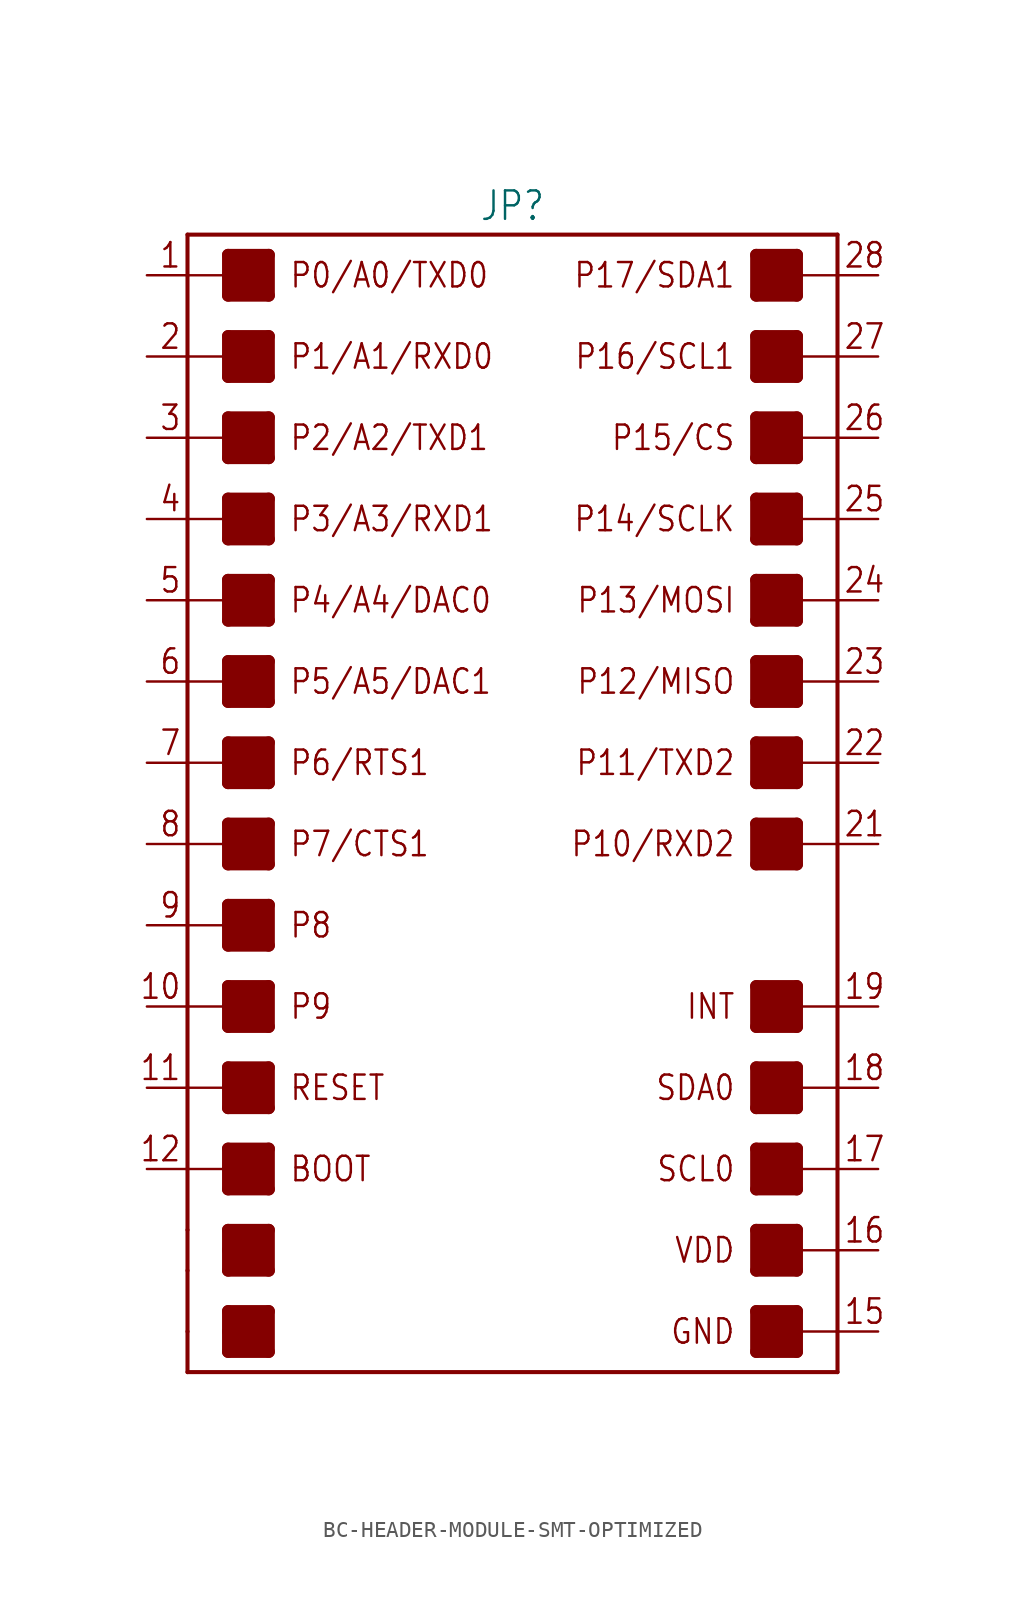
<source format=kicad_sym>
(kicad_symbol_lib
  (version 20231120)
  (generator "kicad_symbol_editor")
  (generator_version "8.0")
  (symbol "BC-HEADER-MODULE-SMT-OPTIMIZED"
    (property "Reference" "JP"
      (at 0 36.322 0)
      (effects (font (size 1.778 1.511)) (justify bottom)))
    (property "Value" ""
      (at 0 -36.322 0)
      (effects (font (size 1.778 1.511)) (justify top)))
    (property "ki_locked" ""
      (at 0 0 0)
      (effects (font (size 1.27 1.27))))
    (symbol "BC-HEADER-MODULE-SMT-OPTIMIZED_1_0"
      (rectangle (start -17.78 -34.29) (end -15.24 -31.75) (stroke (width 0) (type default)) (fill (type outline)))
      (rectangle (start -17.78 -29.21) (end -15.24 -26.67) (stroke (width 0) (type default)) (fill (type outline)))
      (rectangle (start -17.78 -24.13) (end -15.24 -21.59) (stroke (width 0) (type default)) (fill (type outline)))
      (rectangle (start -17.78 -19.05) (end -15.24 -16.51) (stroke (width 0) (type default)) (fill (type outline)))
      (rectangle (start -17.78 -13.97) (end -15.24 -11.43) (stroke (width 0) (type default)) (fill (type outline)))
      (rectangle (start -17.78 -8.89) (end -15.24 -6.35) (stroke (width 0) (type default)) (fill (type outline)))
      (rectangle (start -17.78 -3.81) (end -15.24 -1.27) (stroke (width 0) (type default)) (fill (type outline)))
      (rectangle (start -17.78 1.27) (end -15.24 3.81) (stroke (width 0) (type default)) (fill (type outline)))
      (rectangle (start -17.78 6.35) (end -15.24 8.89) (stroke (width 0) (type default)) (fill (type outline)))
      (rectangle (start -17.78 11.43) (end -15.24 13.97) (stroke (width 0) (type default)) (fill (type outline)))
      (rectangle (start -17.78 16.51) (end -15.24 19.05) (stroke (width 0) (type default)) (fill (type outline)))
      (rectangle (start -17.78 21.59) (end -15.24 24.13) (stroke (width 0) (type default)) (fill (type outline)))
      (rectangle (start -17.78 26.67) (end -15.24 29.21) (stroke (width 0) (type default)) (fill (type outline)))
      (rectangle (start -17.78 31.75) (end -15.24 34.29) (stroke (width 0) (type default)) (fill (type outline)))
      (polyline (pts (xy -20.32 -33.02) (xy -20.32 -35.56)) (stroke (width 0.254) (type solid)) (fill (type none)))
      (polyline (pts (xy -20.32 -29.21) (xy -20.32 -33.02)) (stroke (width 0.254) (type solid)) (fill (type none)))
      (polyline (pts (xy -20.32 -26.67) (xy -20.32 -29.21)) (stroke (width 0.254) (type solid)) (fill (type none)))
      (polyline (pts (xy -20.32 -22.86) (xy -20.32 -26.67)) (stroke (width 0.254) (type solid)) (fill (type none)))
      (polyline (pts (xy -20.32 -22.86) (xy -17.78 -22.86)) (stroke (width 0.152) (type solid)) (fill (type none)))
      (polyline (pts (xy -20.32 -17.78) (xy -20.32 -22.86)) (stroke (width 0.254) (type solid)) (fill (type none)))
      (polyline (pts (xy -20.32 -17.78) (xy -17.78 -17.78)) (stroke (width 0.152) (type solid)) (fill (type none)))
      (polyline (pts (xy -20.32 -12.7) (xy -20.32 -17.78)) (stroke (width 0.254) (type solid)) (fill (type none)))
      (polyline (pts (xy -20.32 -12.7) (xy -17.78 -12.7)) (stroke (width 0.152) (type solid)) (fill (type none)))
      (polyline (pts (xy -20.32 -7.62) (xy -20.32 -12.7)) (stroke (width 0.254) (type solid)) (fill (type none)))
      (polyline (pts (xy -20.32 -7.62) (xy -17.78 -7.62)) (stroke (width 0.152) (type solid)) (fill (type none)))
      (polyline (pts (xy -20.32 -2.54) (xy -20.32 -7.62)) (stroke (width 0.254) (type solid)) (fill (type none)))
      (polyline (pts (xy -20.32 -2.54) (xy -17.78 -2.54)) (stroke (width 0.152) (type solid)) (fill (type none)))
      (polyline (pts (xy -20.32 2.54) (xy -20.32 -2.54)) (stroke (width 0.254) (type solid)) (fill (type none)))
      (polyline (pts (xy -20.32 2.54) (xy -17.78 2.54)) (stroke (width 0.152) (type solid)) (fill (type none)))
      (polyline (pts (xy -20.32 7.62) (xy -20.32 2.54)) (stroke (width 0.254) (type solid)) (fill (type none)))
      (polyline (pts (xy -20.32 7.62) (xy -17.78 7.62)) (stroke (width 0.152) (type solid)) (fill (type none)))
      (polyline (pts (xy -20.32 12.7) (xy -20.32 7.62)) (stroke (width 0.254) (type solid)) (fill (type none)))
      (polyline (pts (xy -20.32 12.7) (xy -17.78 12.7)) (stroke (width 0.152) (type solid)) (fill (type none)))
      (polyline (pts (xy -20.32 17.78) (xy -20.32 12.7)) (stroke (width 0.254) (type solid)) (fill (type none)))
      (polyline (pts (xy -20.32 17.78) (xy -17.78 17.78)) (stroke (width 0.152) (type solid)) (fill (type none)))
      (polyline (pts (xy -20.32 22.86) (xy -20.32 17.78)) (stroke (width 0.254) (type solid)) (fill (type none)))
      (polyline (pts (xy -20.32 22.86) (xy -17.78 22.86)) (stroke (width 0.152) (type solid)) (fill (type none)))
      (polyline (pts (xy -20.32 27.94) (xy -20.32 22.86)) (stroke (width 0.254) (type solid)) (fill (type none)))
      (polyline (pts (xy -20.32 27.94) (xy -17.78 27.94)) (stroke (width 0.152) (type solid)) (fill (type none)))
      (polyline (pts (xy -20.32 33.02) (xy -20.32 27.94)) (stroke (width 0.254) (type solid)) (fill (type none)))
      (polyline (pts (xy -20.32 33.02) (xy -17.78 33.02)) (stroke (width 0.152) (type solid)) (fill (type none)))
      (polyline (pts (xy -20.32 35.56) (xy -20.32 33.02)) (stroke (width 0.254) (type solid)) (fill (type none)))
      (polyline (pts (xy -20.32 35.56) (xy 20.32 35.56)) (stroke (width 0.254) (type solid)) (fill (type none)))
      (polyline (pts (xy -17.78 -34.29) (xy -15.24 -34.29)) (stroke (width 0.762) (type solid)) (fill (type none)))
      (polyline (pts (xy -17.78 -33.02) (xy -17.78 -34.29)) (stroke (width 0.762) (type solid)) (fill (type none)))
      (polyline (pts (xy -17.78 -31.75) (xy -17.78 -33.02)) (stroke (width 0.762) (type solid)) (fill (type none)))
      (polyline (pts (xy -17.78 -31.75) (xy -15.24 -31.75)) (stroke (width 0.762) (type solid)) (fill (type none)))
      (polyline (pts (xy -17.78 -29.21) (xy -15.24 -29.21)) (stroke (width 0.762) (type solid)) (fill (type none)))
      (polyline (pts (xy -17.78 -27.94) (xy -17.78 -29.21)) (stroke (width 0.762) (type solid)) (fill (type none)))
      (polyline (pts (xy -17.78 -26.67) (xy -17.78 -27.94)) (stroke (width 0.762) (type solid)) (fill (type none)))
      (polyline (pts (xy -17.78 -26.67) (xy -15.24 -26.67)) (stroke (width 0.762) (type solid)) (fill (type none)))
      (polyline (pts (xy -17.78 -24.13) (xy -15.24 -24.13)) (stroke (width 0.762) (type solid)) (fill (type none)))
      (polyline (pts (xy -17.78 -22.86) (xy -17.78 -24.13)) (stroke (width 0.762) (type solid)) (fill (type none)))
      (polyline (pts (xy -17.78 -21.59) (xy -17.78 -22.86)) (stroke (width 0.762) (type solid)) (fill (type none)))
      (polyline (pts (xy -17.78 -21.59) (xy -15.24 -21.59)) (stroke (width 0.762) (type solid)) (fill (type none)))
      (polyline (pts (xy -17.78 -19.05) (xy -15.24 -19.05)) (stroke (width 0.762) (type solid)) (fill (type none)))
      (polyline (pts (xy -17.78 -17.78) (xy -17.78 -19.05)) (stroke (width 0.762) (type solid)) (fill (type none)))
      (polyline (pts (xy -17.78 -16.51) (xy -17.78 -17.78)) (stroke (width 0.762) (type solid)) (fill (type none)))
      (polyline (pts (xy -17.78 -16.51) (xy -15.24 -16.51)) (stroke (width 0.762) (type solid)) (fill (type none)))
      (polyline (pts (xy -17.78 -13.97) (xy -15.24 -13.97)) (stroke (width 0.762) (type solid)) (fill (type none)))
      (polyline (pts (xy -17.78 -12.7) (xy -17.78 -13.97)) (stroke (width 0.762) (type solid)) (fill (type none)))
      (polyline (pts (xy -17.78 -11.43) (xy -17.78 -12.7)) (stroke (width 0.762) (type solid)) (fill (type none)))
      (polyline (pts (xy -17.78 -11.43) (xy -15.24 -11.43)) (stroke (width 0.762) (type solid)) (fill (type none)))
      (polyline (pts (xy -17.78 -8.89) (xy -15.24 -8.89)) (stroke (width 0.762) (type solid)) (fill (type none)))
      (polyline (pts (xy -17.78 -7.62) (xy -17.78 -8.89)) (stroke (width 0.762) (type solid)) (fill (type none)))
      (polyline (pts (xy -17.78 -6.35) (xy -17.78 -7.62)) (stroke (width 0.762) (type solid)) (fill (type none)))
      (polyline (pts (xy -17.78 -6.35) (xy -15.24 -6.35)) (stroke (width 0.762) (type solid)) (fill (type none)))
      (polyline (pts (xy -17.78 -3.81) (xy -15.24 -3.81)) (stroke (width 0.762) (type solid)) (fill (type none)))
      (polyline (pts (xy -17.78 -2.54) (xy -17.78 -3.81)) (stroke (width 0.762) (type solid)) (fill (type none)))
      (polyline (pts (xy -17.78 -1.27) (xy -17.78 -2.54)) (stroke (width 0.762) (type solid)) (fill (type none)))
      (polyline (pts (xy -17.78 -1.27) (xy -15.24 -1.27)) (stroke (width 0.762) (type solid)) (fill (type none)))
      (polyline (pts (xy -17.78 1.27) (xy -15.24 1.27)) (stroke (width 0.762) (type solid)) (fill (type none)))
      (polyline (pts (xy -17.78 2.54) (xy -17.78 1.27)) (stroke (width 0.762) (type solid)) (fill (type none)))
      (polyline (pts (xy -17.78 3.81) (xy -17.78 2.54)) (stroke (width 0.762) (type solid)) (fill (type none)))
      (polyline (pts (xy -17.78 3.81) (xy -15.24 3.81)) (stroke (width 0.762) (type solid)) (fill (type none)))
      (polyline (pts (xy -17.78 6.35) (xy -15.24 6.35)) (stroke (width 0.762) (type solid)) (fill (type none)))
      (polyline (pts (xy -17.78 7.62) (xy -17.78 6.35)) (stroke (width 0.762) (type solid)) (fill (type none)))
      (polyline (pts (xy -17.78 8.89) (xy -17.78 7.62)) (stroke (width 0.762) (type solid)) (fill (type none)))
      (polyline (pts (xy -17.78 8.89) (xy -15.24 8.89)) (stroke (width 0.762) (type solid)) (fill (type none)))
      (polyline (pts (xy -17.78 11.43) (xy -15.24 11.43)) (stroke (width 0.762) (type solid)) (fill (type none)))
      (polyline (pts (xy -17.78 12.7) (xy -17.78 11.43)) (stroke (width 0.762) (type solid)) (fill (type none)))
      (polyline (pts (xy -17.78 13.97) (xy -17.78 12.7)) (stroke (width 0.762) (type solid)) (fill (type none)))
      (polyline (pts (xy -17.78 13.97) (xy -15.24 13.97)) (stroke (width 0.762) (type solid)) (fill (type none)))
      (polyline (pts (xy -17.78 16.51) (xy -15.24 16.51)) (stroke (width 0.762) (type solid)) (fill (type none)))
      (polyline (pts (xy -17.78 17.78) (xy -17.78 16.51)) (stroke (width 0.762) (type solid)) (fill (type none)))
      (polyline (pts (xy -17.78 19.05) (xy -17.78 17.78)) (stroke (width 0.762) (type solid)) (fill (type none)))
      (polyline (pts (xy -17.78 19.05) (xy -15.24 19.05)) (stroke (width 0.762) (type solid)) (fill (type none)))
      (polyline (pts (xy -17.78 21.59) (xy -15.24 21.59)) (stroke (width 0.762) (type solid)) (fill (type none)))
      (polyline (pts (xy -17.78 22.86) (xy -17.78 21.59)) (stroke (width 0.762) (type solid)) (fill (type none)))
      (polyline (pts (xy -17.78 24.13) (xy -17.78 22.86)) (stroke (width 0.762) (type solid)) (fill (type none)))
      (polyline (pts (xy -17.78 24.13) (xy -15.24 24.13)) (stroke (width 0.762) (type solid)) (fill (type none)))
      (polyline (pts (xy -17.78 26.67) (xy -15.24 26.67)) (stroke (width 0.762) (type solid)) (fill (type none)))
      (polyline (pts (xy -17.78 27.94) (xy -17.78 26.67)) (stroke (width 0.762) (type solid)) (fill (type none)))
      (polyline (pts (xy -17.78 29.21) (xy -17.78 27.94)) (stroke (width 0.762) (type solid)) (fill (type none)))
      (polyline (pts (xy -17.78 29.21) (xy -15.24 29.21)) (stroke (width 0.762) (type solid)) (fill (type none)))
      (polyline (pts (xy -17.78 31.75) (xy -15.24 31.75)) (stroke (width 0.762) (type solid)) (fill (type none)))
      (polyline (pts (xy -17.78 33.02) (xy -17.78 31.75)) (stroke (width 0.762) (type solid)) (fill (type none)))
      (polyline (pts (xy -17.78 34.29) (xy -17.78 33.02)) (stroke (width 0.762) (type solid)) (fill (type none)))
      (polyline (pts (xy -17.78 34.29) (xy -15.24 34.29)) (stroke (width 0.762) (type solid)) (fill (type none)))
      (polyline (pts (xy -15.24 -34.29) (xy -15.24 -31.75)) (stroke (width 0.762) (type solid)) (fill (type none)))
      (polyline (pts (xy -15.24 -29.21) (xy -15.24 -26.67)) (stroke (width 0.762) (type solid)) (fill (type none)))
      (polyline (pts (xy -15.24 -24.13) (xy -15.24 -21.59)) (stroke (width 0.762) (type solid)) (fill (type none)))
      (polyline (pts (xy -15.24 -19.05) (xy -15.24 -16.51)) (stroke (width 0.762) (type solid)) (fill (type none)))
      (polyline (pts (xy -15.24 -13.97) (xy -15.24 -11.43)) (stroke (width 0.762) (type solid)) (fill (type none)))
      (polyline (pts (xy -15.24 -8.89) (xy -15.24 -6.35)) (stroke (width 0.762) (type solid)) (fill (type none)))
      (polyline (pts (xy -15.24 -3.81) (xy -15.24 -1.27)) (stroke (width 0.762) (type solid)) (fill (type none)))
      (polyline (pts (xy -15.24 1.27) (xy -15.24 3.81)) (stroke (width 0.762) (type solid)) (fill (type none)))
      (polyline (pts (xy -15.24 6.35) (xy -15.24 8.89)) (stroke (width 0.762) (type solid)) (fill (type none)))
      (polyline (pts (xy -15.24 11.43) (xy -15.24 13.97)) (stroke (width 0.762) (type solid)) (fill (type none)))
      (polyline (pts (xy -15.24 16.51) (xy -15.24 19.05)) (stroke (width 0.762) (type solid)) (fill (type none)))
      (polyline (pts (xy -15.24 21.59) (xy -15.24 24.13)) (stroke (width 0.762) (type solid)) (fill (type none)))
      (polyline (pts (xy -15.24 26.67) (xy -15.24 29.21)) (stroke (width 0.762) (type solid)) (fill (type none)))
      (polyline (pts (xy -15.24 31.75) (xy -15.24 34.29)) (stroke (width 0.762) (type solid)) (fill (type none)))
      (polyline (pts (xy 15.24 -34.29) (xy 17.78 -34.29)) (stroke (width 0.762) (type solid)) (fill (type none)))
      (polyline (pts (xy 15.24 -31.75) (xy 15.24 -34.29)) (stroke (width 0.762) (type solid)) (fill (type none)))
      (polyline (pts (xy 15.24 -31.75) (xy 17.78 -31.75)) (stroke (width 0.762) (type solid)) (fill (type none)))
      (polyline (pts (xy 15.24 -29.21) (xy 17.78 -29.21)) (stroke (width 0.762) (type solid)) (fill (type none)))
      (polyline (pts (xy 15.24 -26.67) (xy 15.24 -29.21)) (stroke (width 0.762) (type solid)) (fill (type none)))
      (polyline (pts (xy 15.24 -26.67) (xy 17.78 -26.67)) (stroke (width 0.762) (type solid)) (fill (type none)))
      (polyline (pts (xy 15.24 -24.13) (xy 17.78 -24.13)) (stroke (width 0.762) (type solid)) (fill (type none)))
      (polyline (pts (xy 15.24 -21.59) (xy 15.24 -24.13)) (stroke (width 0.762) (type solid)) (fill (type none)))
      (polyline (pts (xy 15.24 -21.59) (xy 17.78 -21.59)) (stroke (width 0.762) (type solid)) (fill (type none)))
      (polyline (pts (xy 15.24 -19.05) (xy 17.78 -19.05)) (stroke (width 0.762) (type solid)) (fill (type none)))
      (polyline (pts (xy 15.24 -16.51) (xy 15.24 -19.05)) (stroke (width 0.762) (type solid)) (fill (type none)))
      (polyline (pts (xy 15.24 -16.51) (xy 17.78 -16.51)) (stroke (width 0.762) (type solid)) (fill (type none)))
      (polyline (pts (xy 15.24 -13.97) (xy 17.78 -13.97)) (stroke (width 0.762) (type solid)) (fill (type none)))
      (polyline (pts (xy 15.24 -11.43) (xy 15.24 -13.97)) (stroke (width 0.762) (type solid)) (fill (type none)))
      (polyline (pts (xy 15.24 -11.43) (xy 17.78 -11.43)) (stroke (width 0.762) (type solid)) (fill (type none)))
      (polyline (pts (xy 15.24 -3.81) (xy 17.78 -3.81)) (stroke (width 0.762) (type solid)) (fill (type none)))
      (polyline (pts (xy 15.24 -1.27) (xy 15.24 -3.81)) (stroke (width 0.762) (type solid)) (fill (type none)))
      (polyline (pts (xy 15.24 -1.27) (xy 17.78 -1.27)) (stroke (width 0.762) (type solid)) (fill (type none)))
      (polyline (pts (xy 15.24 1.27) (xy 17.78 1.27)) (stroke (width 0.762) (type solid)) (fill (type none)))
      (polyline (pts (xy 15.24 3.81) (xy 15.24 1.27)) (stroke (width 0.762) (type solid)) (fill (type none)))
      (polyline (pts (xy 15.24 3.81) (xy 17.78 3.81)) (stroke (width 0.762) (type solid)) (fill (type none)))
      (polyline (pts (xy 15.24 6.35) (xy 17.78 6.35)) (stroke (width 0.762) (type solid)) (fill (type none)))
      (polyline (pts (xy 15.24 8.89) (xy 15.24 6.35)) (stroke (width 0.762) (type solid)) (fill (type none)))
      (polyline (pts (xy 15.24 8.89) (xy 17.78 8.89)) (stroke (width 0.762) (type solid)) (fill (type none)))
      (polyline (pts (xy 15.24 11.43) (xy 17.78 11.43)) (stroke (width 0.762) (type solid)) (fill (type none)))
      (polyline (pts (xy 15.24 13.97) (xy 15.24 11.43)) (stroke (width 0.762) (type solid)) (fill (type none)))
      (polyline (pts (xy 15.24 13.97) (xy 17.78 13.97)) (stroke (width 0.762) (type solid)) (fill (type none)))
      (polyline (pts (xy 15.24 16.51) (xy 17.78 16.51)) (stroke (width 0.762) (type solid)) (fill (type none)))
      (polyline (pts (xy 15.24 19.05) (xy 15.24 16.51)) (stroke (width 0.762) (type solid)) (fill (type none)))
      (polyline (pts (xy 15.24 19.05) (xy 17.78 19.05)) (stroke (width 0.762) (type solid)) (fill (type none)))
      (polyline (pts (xy 15.24 21.59) (xy 17.78 21.59)) (stroke (width 0.762) (type solid)) (fill (type none)))
      (polyline (pts (xy 15.24 24.13) (xy 15.24 21.59)) (stroke (width 0.762) (type solid)) (fill (type none)))
      (polyline (pts (xy 15.24 24.13) (xy 17.78 24.13)) (stroke (width 0.762) (type solid)) (fill (type none)))
      (polyline (pts (xy 15.24 26.67) (xy 17.78 26.67)) (stroke (width 0.762) (type solid)) (fill (type none)))
      (polyline (pts (xy 15.24 29.21) (xy 15.24 26.67)) (stroke (width 0.762) (type solid)) (fill (type none)))
      (polyline (pts (xy 15.24 29.21) (xy 17.78 29.21)) (stroke (width 0.762) (type solid)) (fill (type none)))
      (polyline (pts (xy 15.24 31.75) (xy 17.78 31.75)) (stroke (width 0.762) (type solid)) (fill (type none)))
      (polyline (pts (xy 15.24 34.29) (xy 15.24 31.75)) (stroke (width 0.762) (type solid)) (fill (type none)))
      (polyline (pts (xy 15.24 34.29) (xy 17.78 34.29)) (stroke (width 0.762) (type solid)) (fill (type none)))
      (polyline (pts (xy 17.78 -34.29) (xy 17.78 -33.02)) (stroke (width 0.762) (type solid)) (fill (type none)))
      (polyline (pts (xy 17.78 -33.02) (xy 17.78 -31.75)) (stroke (width 0.762) (type solid)) (fill (type none)))
      (polyline (pts (xy 17.78 -33.02) (xy 20.32 -33.02)) (stroke (width 0.152) (type solid)) (fill (type none)))
      (polyline (pts (xy 17.78 -29.21) (xy 17.78 -27.94)) (stroke (width 0.762) (type solid)) (fill (type none)))
      (polyline (pts (xy 17.78 -27.94) (xy 17.78 -26.67)) (stroke (width 0.762) (type solid)) (fill (type none)))
      (polyline (pts (xy 17.78 -27.94) (xy 20.32 -27.94)) (stroke (width 0.152) (type solid)) (fill (type none)))
      (polyline (pts (xy 17.78 -24.13) (xy 17.78 -22.86)) (stroke (width 0.762) (type solid)) (fill (type none)))
      (polyline (pts (xy 17.78 -22.86) (xy 17.78 -21.59)) (stroke (width 0.762) (type solid)) (fill (type none)))
      (polyline (pts (xy 17.78 -22.86) (xy 20.32 -22.86)) (stroke (width 0.152) (type solid)) (fill (type none)))
      (polyline (pts (xy 17.78 -19.05) (xy 17.78 -17.78)) (stroke (width 0.762) (type solid)) (fill (type none)))
      (polyline (pts (xy 17.78 -17.78) (xy 17.78 -16.51)) (stroke (width 0.762) (type solid)) (fill (type none)))
      (polyline (pts (xy 17.78 -17.78) (xy 20.32 -17.78)) (stroke (width 0.152) (type solid)) (fill (type none)))
      (polyline (pts (xy 17.78 -13.97) (xy 17.78 -12.7)) (stroke (width 0.762) (type solid)) (fill (type none)))
      (polyline (pts (xy 17.78 -12.7) (xy 17.78 -11.43)) (stroke (width 0.762) (type solid)) (fill (type none)))
      (polyline (pts (xy 17.78 -12.7) (xy 20.32 -12.7)) (stroke (width 0.152) (type solid)) (fill (type none)))
      (polyline (pts (xy 17.78 -3.81) (xy 17.78 -2.54)) (stroke (width 0.762) (type solid)) (fill (type none)))
      (polyline (pts (xy 17.78 -2.54) (xy 17.78 -1.27)) (stroke (width 0.762) (type solid)) (fill (type none)))
      (polyline (pts (xy 17.78 -2.54) (xy 20.32 -2.54)) (stroke (width 0.152) (type solid)) (fill (type none)))
      (polyline (pts (xy 17.78 1.27) (xy 17.78 2.54)) (stroke (width 0.762) (type solid)) (fill (type none)))
      (polyline (pts (xy 17.78 2.54) (xy 17.78 3.81)) (stroke (width 0.762) (type solid)) (fill (type none)))
      (polyline (pts (xy 17.78 2.54) (xy 20.32 2.54)) (stroke (width 0.152) (type solid)) (fill (type none)))
      (polyline (pts (xy 17.78 6.35) (xy 17.78 7.62)) (stroke (width 0.762) (type solid)) (fill (type none)))
      (polyline (pts (xy 17.78 7.62) (xy 17.78 8.89)) (stroke (width 0.762) (type solid)) (fill (type none)))
      (polyline (pts (xy 17.78 7.62) (xy 20.32 7.62)) (stroke (width 0.152) (type solid)) (fill (type none)))
      (polyline (pts (xy 17.78 11.43) (xy 17.78 12.7)) (stroke (width 0.762) (type solid)) (fill (type none)))
      (polyline (pts (xy 17.78 12.7) (xy 17.78 13.97)) (stroke (width 0.762) (type solid)) (fill (type none)))
      (polyline (pts (xy 17.78 12.7) (xy 20.32 12.7)) (stroke (width 0.152) (type solid)) (fill (type none)))
      (polyline (pts (xy 17.78 16.51) (xy 17.78 17.78)) (stroke (width 0.762) (type solid)) (fill (type none)))
      (polyline (pts (xy 17.78 17.78) (xy 17.78 19.05)) (stroke (width 0.762) (type solid)) (fill (type none)))
      (polyline (pts (xy 17.78 17.78) (xy 20.32 17.78)) (stroke (width 0.152) (type solid)) (fill (type none)))
      (polyline (pts (xy 17.78 21.59) (xy 17.78 22.86)) (stroke (width 0.762) (type solid)) (fill (type none)))
      (polyline (pts (xy 17.78 22.86) (xy 17.78 24.13)) (stroke (width 0.762) (type solid)) (fill (type none)))
      (polyline (pts (xy 17.78 22.86) (xy 20.32 22.86)) (stroke (width 0.152) (type solid)) (fill (type none)))
      (polyline (pts (xy 17.78 26.67) (xy 17.78 27.94)) (stroke (width 0.762) (type solid)) (fill (type none)))
      (polyline (pts (xy 17.78 27.94) (xy 17.78 29.21)) (stroke (width 0.762) (type solid)) (fill (type none)))
      (polyline (pts (xy 17.78 27.94) (xy 20.32 27.94)) (stroke (width 0.152) (type solid)) (fill (type none)))
      (polyline (pts (xy 17.78 31.75) (xy 17.78 33.02)) (stroke (width 0.762) (type solid)) (fill (type none)))
      (polyline (pts (xy 17.78 33.02) (xy 17.78 34.29)) (stroke (width 0.762) (type solid)) (fill (type none)))
      (polyline (pts (xy 17.78 33.02) (xy 20.32 33.02)) (stroke (width 0.152) (type solid)) (fill (type none)))
      (polyline (pts (xy 20.32 -35.56) (xy -20.32 -35.56)) (stroke (width 0.254) (type solid)) (fill (type none)))
      (polyline (pts (xy 20.32 -33.02) (xy 20.32 -35.56)) (stroke (width 0.254) (type solid)) (fill (type none)))
      (polyline (pts (xy 20.32 -27.94) (xy 20.32 -33.02)) (stroke (width 0.254) (type solid)) (fill (type none)))
      (polyline (pts (xy 20.32 -22.86) (xy 20.32 -27.94)) (stroke (width 0.254) (type solid)) (fill (type none)))
      (polyline (pts (xy 20.32 -17.78) (xy 20.32 -22.86)) (stroke (width 0.254) (type solid)) (fill (type none)))
      (polyline (pts (xy 20.32 -12.7) (xy 20.32 -17.78)) (stroke (width 0.254) (type solid)) (fill (type none)))
      (polyline (pts (xy 20.32 -2.54) (xy 20.32 -12.7)) (stroke (width 0.254) (type solid)) (fill (type none)))
      (polyline (pts (xy 20.32 2.54) (xy 20.32 -2.54)) (stroke (width 0.254) (type solid)) (fill (type none)))
      (polyline (pts (xy 20.32 7.62) (xy 20.32 2.54)) (stroke (width 0.254) (type solid)) (fill (type none)))
      (polyline (pts (xy 20.32 12.7) (xy 20.32 7.62)) (stroke (width 0.254) (type solid)) (fill (type none)))
      (polyline (pts (xy 20.32 17.78) (xy 20.32 12.7)) (stroke (width 0.254) (type solid)) (fill (type none)))
      (polyline (pts (xy 20.32 22.86) (xy 20.32 17.78)) (stroke (width 0.254) (type solid)) (fill (type none)))
      (polyline (pts (xy 20.32 27.94) (xy 20.32 22.86)) (stroke (width 0.254) (type solid)) (fill (type none)))
      (polyline (pts (xy 20.32 33.02) (xy 20.32 27.94)) (stroke (width 0.254) (type solid)) (fill (type none)))
      (polyline (pts (xy 20.32 35.56) (xy 20.32 33.02)) (stroke (width 0.254) (type solid)) (fill (type none)))
      (rectangle (start 15.24 -34.29) (end 17.78 -31.75) (stroke (width 0) (type default)) (fill (type outline)))
      (rectangle (start 15.24 -29.21) (end 17.78 -26.67) (stroke (width 0) (type default)) (fill (type outline)))
      (rectangle (start 15.24 -24.13) (end 17.78 -21.59) (stroke (width 0) (type default)) (fill (type outline)))
      (rectangle (start 15.24 -19.05) (end 17.78 -16.51) (stroke (width 0) (type default)) (fill (type outline)))
      (rectangle (start 15.24 -13.97) (end 17.78 -11.43) (stroke (width 0) (type default)) (fill (type outline)))
      (rectangle (start 15.24 -3.81) (end 17.78 -1.27) (stroke (width 0) (type default)) (fill (type outline)))
      (rectangle (start 15.24 1.27) (end 17.78 3.81) (stroke (width 0) (type default)) (fill (type outline)))
      (rectangle (start 15.24 6.35) (end 17.78 8.89) (stroke (width 0) (type default)) (fill (type outline)))
      (rectangle (start 15.24 11.43) (end 17.78 13.97) (stroke (width 0) (type default)) (fill (type outline)))
      (rectangle (start 15.24 16.51) (end 17.78 19.05) (stroke (width 0) (type default)) (fill (type outline)))
      (rectangle (start 15.24 21.59) (end 17.78 24.13) (stroke (width 0) (type default)) (fill (type outline)))
      (rectangle (start 15.24 26.67) (end 17.78 29.21) (stroke (width 0) (type default)) (fill (type outline)))
      (rectangle (start 15.24 31.75) (end 17.78 34.29) (stroke (width 0) (type default)) (fill (type outline)))
      (text "1" (at -20.676 33.376 0) (effects (font (size 1.524 1.295)) (justify right bottom)))
      (text "10" (at -20.676 -12.344 0) (effects (font (size 1.524 1.295)) (justify right bottom)))
      (text "11" (at -20.676 -17.424 0) (effects (font (size 1.524 1.295)) (justify right bottom)))
      (text "12" (at -20.676 -22.504 0) (effects (font (size 1.524 1.295)) (justify right bottom)))
      (text "15" (at 20.676 -32.664 0) (effects (font (size 1.524 1.295)) (justify left bottom)))
      (text "16" (at 20.676 -27.584 0) (effects (font (size 1.524 1.295)) (justify left bottom)))
      (text "17" (at 20.676 -22.504 0) (effects (font (size 1.524 1.295)) (justify left bottom)))
      (text "18" (at 20.676 -17.424 0) (effects (font (size 1.524 1.295)) (justify left bottom)))
      (text "19" (at 20.676 -12.344 0) (effects (font (size 1.524 1.295)) (justify left bottom)))
      (text "2" (at -20.676 28.296 0) (effects (font (size 1.524 1.295)) (justify right bottom)))
      (text "21" (at 20.676 -2.184 0) (effects (font (size 1.524 1.295)) (justify left bottom)))
      (text "22" (at 20.676 2.896 0) (effects (font (size 1.524 1.295)) (justify left bottom)))
      (text "23" (at 20.676 7.976 0) (effects (font (size 1.524 1.295)) (justify left bottom)))
      (text "24" (at 20.676 13.056 0) (effects (font (size 1.524 1.295)) (justify left bottom)))
      (text "25" (at 20.676 18.136 0) (effects (font (size 1.524 1.295)) (justify left bottom)))
      (text "26" (at 20.676 23.216 0) (effects (font (size 1.524 1.295)) (justify left bottom)))
      (text "27" (at 20.676 28.296 0) (effects (font (size 1.524 1.295)) (justify left bottom)))
      (text "28" (at 20.676 33.376 0) (effects (font (size 1.524 1.295)) (justify left bottom)))
      (text "3" (at -20.676 23.216 0) (effects (font (size 1.524 1.295)) (justify right bottom)))
      (text "4" (at -20.676 18.136 0) (effects (font (size 1.524 1.295)) (justify right bottom)))
      (text "5" (at -20.676 13.056 0) (effects (font (size 1.524 1.295)) (justify right bottom)))
      (text "6" (at -20.676 7.976 0) (effects (font (size 1.524 1.295)) (justify right bottom)))
      (text "7" (at -20.676 2.896 0) (effects (font (size 1.524 1.295)) (justify right bottom)))
      (text "8" (at -20.676 -2.184 0) (effects (font (size 1.524 1.295)) (justify right bottom)))
      (text "9" (at -20.676 -7.264 0) (effects (font (size 1.524 1.295)) (justify right bottom)))
      (text "BOOT" (at -13.97 -22.86 0) (effects (font (size 1.524 1.295)) (justify left)))
      (text "GND" (at 13.97 -33.02 0) (effects (font (size 1.524 1.295)) (justify right)))
      (text "INT" (at 13.97 -12.7 0) (effects (font (size 1.524 1.295)) (justify right)))
      (text "P0/A0/TXD0" (at -13.97 33.02 0) (effects (font (size 1.524 1.295)) (justify left)))
      (text "P1/A1/RXD0" (at -13.97 27.94 0) (effects (font (size 1.524 1.295)) (justify left)))
      (text "P10/RXD2" (at 13.97 -2.54 0) (effects (font (size 1.524 1.295)) (justify right)))
      (text "P11/TXD2" (at 13.97 2.54 0) (effects (font (size 1.524 1.295)) (justify right)))
      (text "P12/MISO" (at 13.97 7.62 0) (effects (font (size 1.524 1.295)) (justify right)))
      (text "P13/MOSI" (at 13.97 12.7 0) (effects (font (size 1.524 1.295)) (justify right)))
      (text "P14/SCLK" (at 13.97 17.78 0) (effects (font (size 1.524 1.295)) (justify right)))
      (text "P15/CS" (at 13.97 22.86 0) (effects (font (size 1.524 1.295)) (justify right)))
      (text "P16/SCL1" (at 13.97 27.94 0) (effects (font (size 1.524 1.295)) (justify right)))
      (text "P17/SDA1" (at 13.97 33.02 0) (effects (font (size 1.524 1.295)) (justify right)))
      (text "P2/A2/TXD1" (at -13.97 22.86 0) (effects (font (size 1.524 1.295)) (justify left)))
      (text "P3/A3/RXD1" (at -13.97 17.78 0) (effects (font (size 1.524 1.295)) (justify left)))
      (text "P4/A4/DAC0" (at -13.97 12.7 0) (effects (font (size 1.524 1.295)) (justify left)))
      (text "P5/A5/DAC1" (at -13.97 7.62 0) (effects (font (size 1.524 1.295)) (justify left)))
      (text "P6/RTS1" (at -13.97 2.54 0) (effects (font (size 1.524 1.295)) (justify left)))
      (text "P7/CTS1" (at -13.97 -2.54 0) (effects (font (size 1.524 1.295)) (justify left)))
      (text "P8" (at -13.97 -7.62 0) (effects (font (size 1.524 1.295)) (justify left)))
      (text "P9" (at -13.97 -12.7 0) (effects (font (size 1.524 1.295)) (justify left)))
      (text "RESET" (at -13.97 -17.78 0) (effects (font (size 1.524 1.295)) (justify left)))
      (text "SCL0" (at 13.97 -22.86 0) (effects (font (size 1.524 1.295)) (justify right)))
      (text "SDA0" (at 13.97 -17.78 0) (effects (font (size 1.524 1.295)) (justify right)))
      (text "VDD" (at 13.97 -27.94 0) (effects (font (size 1.524 1.295)) (justify right)))
      (pin passive line (at -22.86 33.02 0) (length 2.54) (name "P0/A0/TXD0" (effects (font (size 0 0)))) (number "1" (effects (font (size 0 0)))))
      (pin passive line (at -22.86 -12.7 0) (length 2.54) (name "P9" (effects (font (size 0 0)))) (number "10" (effects (font (size 0 0)))))
      (pin passive line (at -22.86 -17.78 0) (length 2.54) (name "RESET" (effects (font (size 0 0)))) (number "11" (effects (font (size 0 0)))))
      (pin passive line (at -22.86 -22.86 0) (length 2.54) (name "BOOT" (effects (font (size 0 0)))) (number "12" (effects (font (size 0 0)))))
      (pin passive line (at 22.86 -33.02 180) (length 2.54) (name "GND" (effects (font (size 0 0)))) (number "15" (effects (font (size 0 0)))))
      (pin passive line (at 22.86 -27.94 180) (length 2.54) (name "VDD" (effects (font (size 0 0)))) (number "16" (effects (font (size 0 0)))))
      (pin passive line (at 22.86 -22.86 180) (length 2.54) (name "SCL0" (effects (font (size 0 0)))) (number "17" (effects (font (size 0 0)))))
      (pin passive line (at 22.86 -17.78 180) (length 2.54) (name "SDA0" (effects (font (size 0 0)))) (number "18" (effects (font (size 0 0)))))
      (pin passive line (at 22.86 -12.7 180) (length 2.54) (name "INT" (effects (font (size 0 0)))) (number "19" (effects (font (size 0 0)))))
      (pin passive line (at -22.86 27.94 0) (length 2.54) (name "P1/A1/RXD0" (effects (font (size 0 0)))) (number "2" (effects (font (size 0 0)))))
      (pin passive line (at 22.86 -2.54 180) (length 2.54) (name "P10/RXD2" (effects (font (size 0 0)))) (number "21" (effects (font (size 0 0)))))
      (pin passive line (at 22.86 2.54 180) (length 2.54) (name "P11/TXD2" (effects (font (size 0 0)))) (number "22" (effects (font (size 0 0)))))
      (pin passive line (at 22.86 7.62 180) (length 2.54) (name "P12/MISO" (effects (font (size 0 0)))) (number "23" (effects (font (size 0 0)))))
      (pin passive line (at 22.86 12.7 180) (length 2.54) (name "P13/MOSI" (effects (font (size 0 0)))) (number "24" (effects (font (size 0 0)))))
      (pin passive line (at 22.86 17.78 180) (length 2.54) (name "P14/SCLK" (effects (font (size 0 0)))) (number "25" (effects (font (size 0 0)))))
      (pin passive line (at 22.86 22.86 180) (length 2.54) (name "P15/CS" (effects (font (size 0 0)))) (number "26" (effects (font (size 0 0)))))
      (pin passive line (at 22.86 27.94 180) (length 2.54) (name "P16/SCL1" (effects (font (size 0 0)))) (number "27" (effects (font (size 0 0)))))
      (pin passive line (at 22.86 33.02 180) (length 2.54) (name "P17/SDA1" (effects (font (size 0 0)))) (number "28" (effects (font (size 0 0)))))
      (pin passive line (at -22.86 22.86 0) (length 2.54) (name "P2/A2/TXD1" (effects (font (size 0 0)))) (number "3" (effects (font (size 0 0)))))
      (pin passive line (at -22.86 17.78 0) (length 2.54) (name "P3/A3/RXD1" (effects (font (size 0 0)))) (number "4" (effects (font (size 0 0)))))
      (pin passive line (at -22.86 12.7 0) (length 2.54) (name "P4/A4/DAC0" (effects (font (size 0 0)))) (number "5" (effects (font (size 0 0)))))
      (pin passive line (at -22.86 7.62 0) (length 2.54) (name "P5/A5/DAC1" (effects (font (size 0 0)))) (number "6" (effects (font (size 0 0)))))
      (pin passive line (at -22.86 2.54 0) (length 2.54) (name "P6/RTS1" (effects (font (size 0 0)))) (number "7" (effects (font (size 0 0)))))
      (pin passive line (at -22.86 -2.54 0) (length 2.54) (name "P7/CTS1" (effects (font (size 0 0)))) (number "8" (effects (font (size 0 0)))))
      (pin passive line (at -22.86 -7.62 0) (length 2.54) (name "P8" (effects (font (size 0 0)))) (number "9" (effects (font (size 0 0))))))))
</source>
